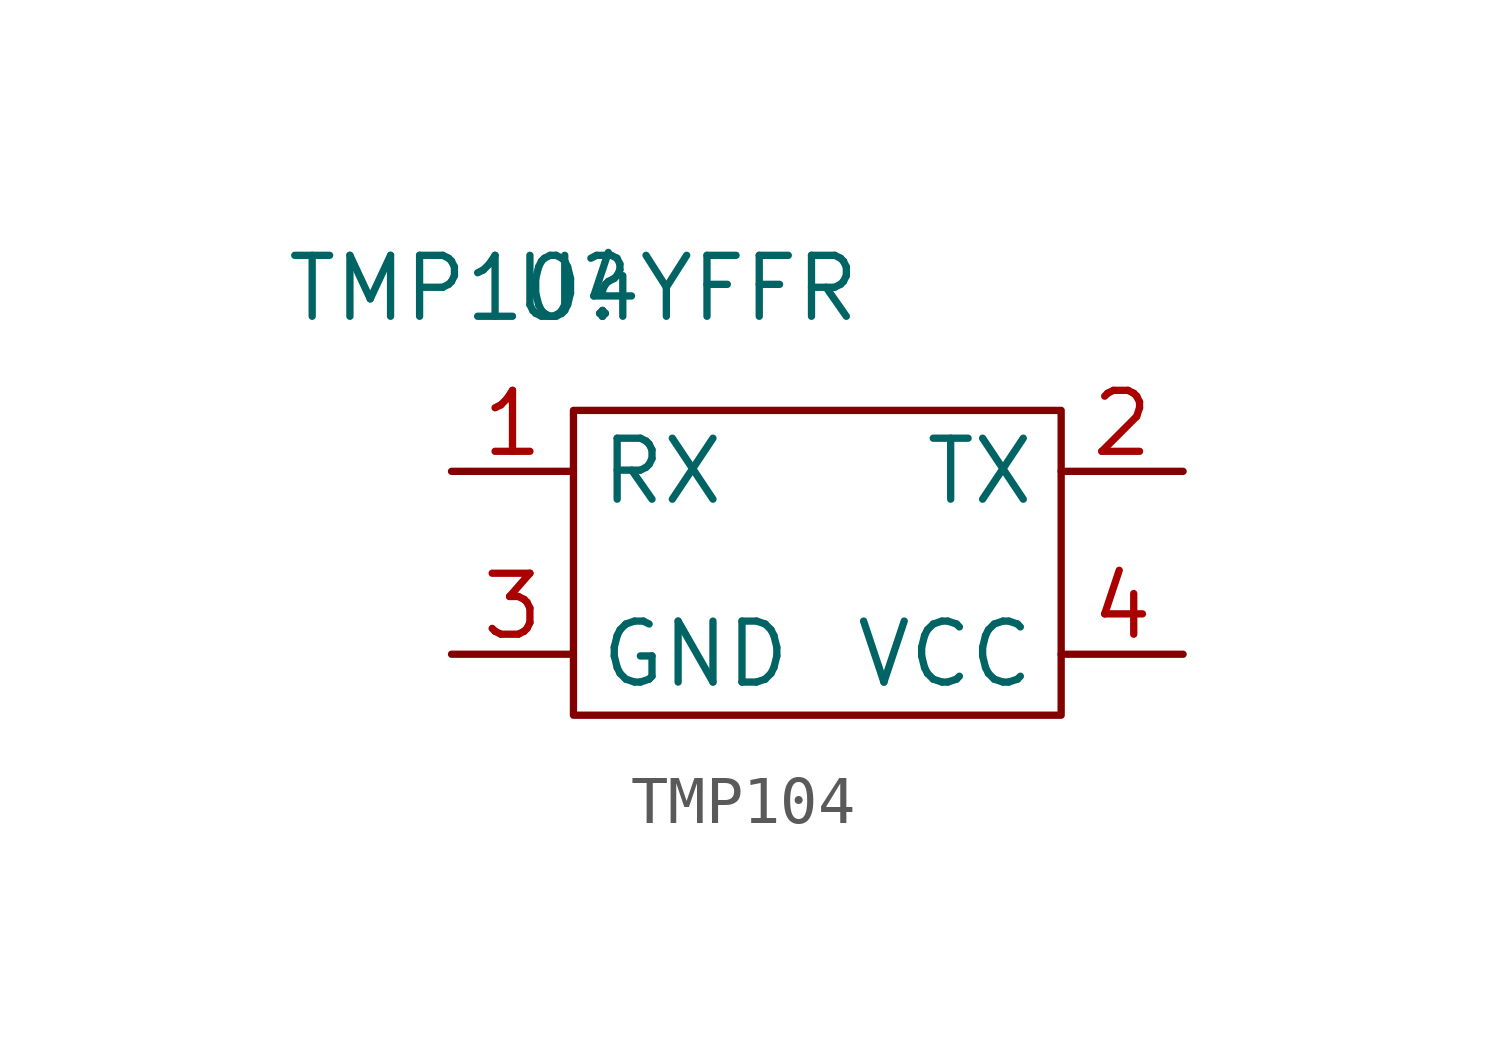
<source format=kicad_sym>
(kicad_symbol_lib
  (version 20231120)
  (generator "kicad_symbol_editor")
  (generator_version "8.0")
  (symbol "TMP104"
    (property "Reference" "U"
      (at 0 0 0)
      (effects (font (size 1.27 1.27))))
    (property "Value" "TMP104YFFR"
      (at 0 0 0)
      (effects (font (size 1.27 1.27))))
    (symbol "TMP104_0_1"
      (rectangle (start 0 -2.54) (end 10.16 -8.89) (stroke (width 0) (type default)) (fill (type none))))
    (symbol "TMP104_1_1"
      (pin input line (at -2.54 -3.81 0) (length 2.54) (name "RX" (effects (font (size 1.27 1.27)))) (number "1" (effects (font (size 1.27 1.27)))))
      (pin input line (at 12.7 -3.81 180) (length 2.54) (name "TX" (effects (font (size 1.27 1.27)))) (number "2" (effects (font (size 1.27 1.27)))))
      (pin input line (at -2.54 -7.62 0) (length 2.54) (name "GND" (effects (font (size 1.27 1.27)))) (number "3" (effects (font (size 1.27 1.27)))))
      (pin input line (at 12.7 -7.62 180) (length 2.54) (name "VCC" (effects (font (size 1.27 1.27)))) (number "4" (effects (font (size 1.27 1.27))))))))
</source>
